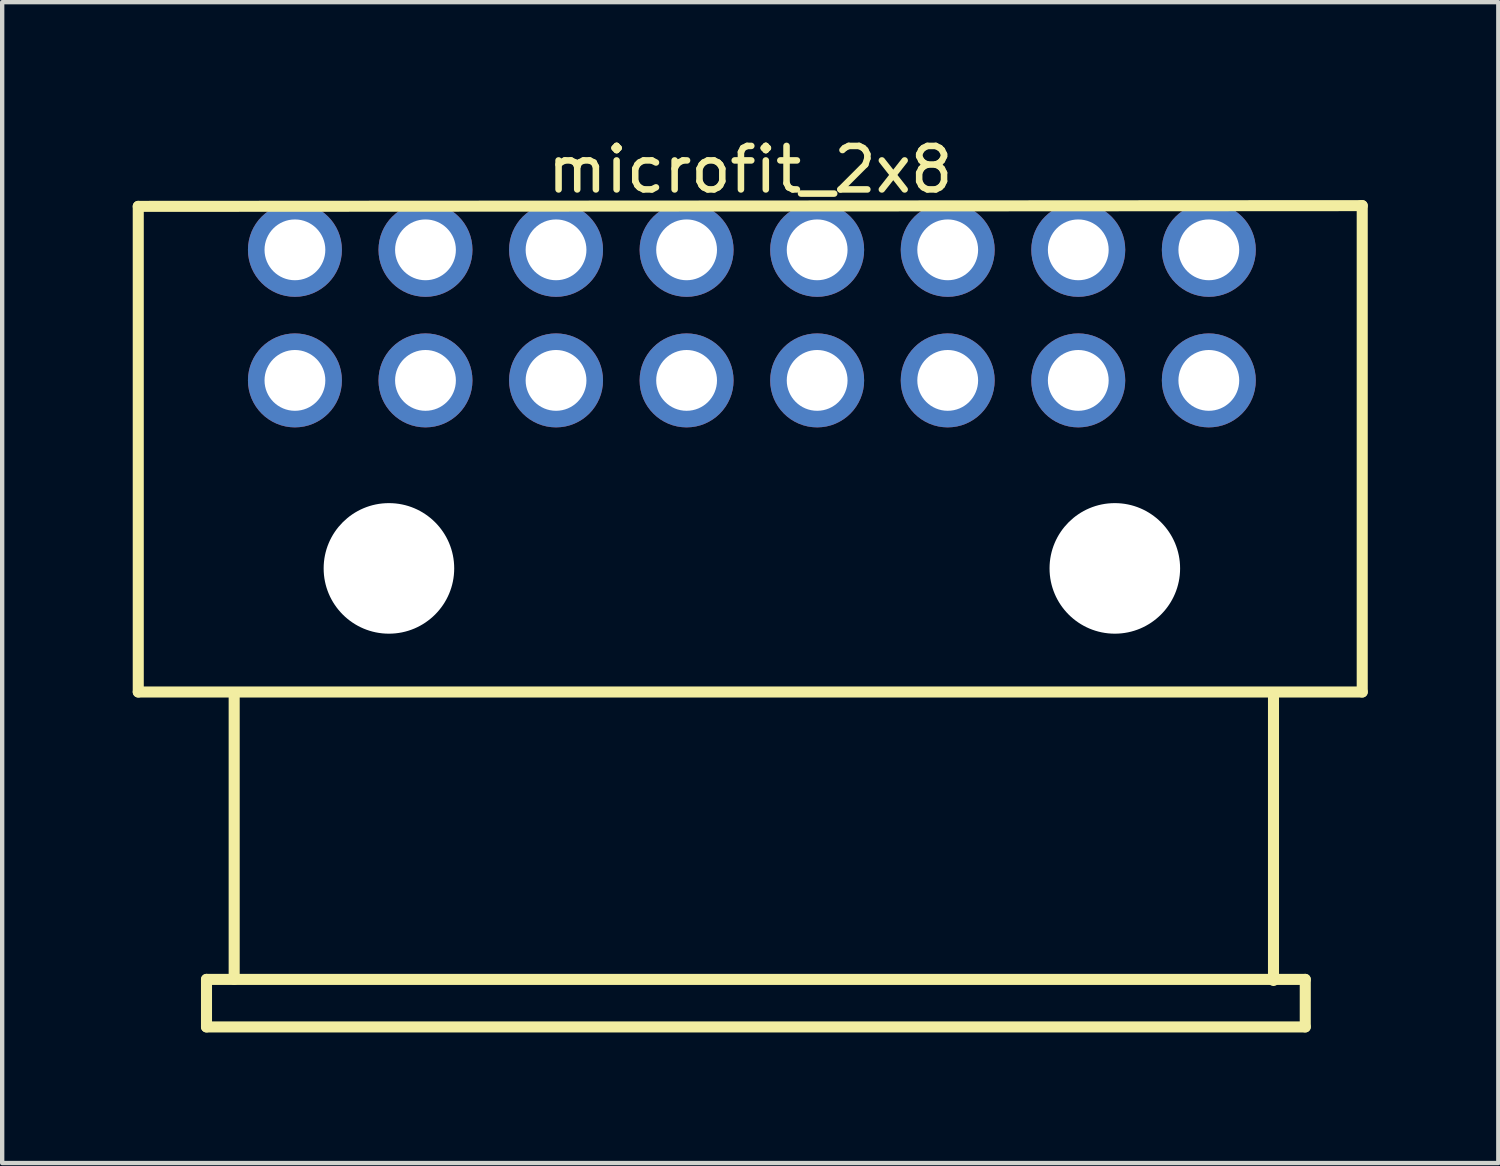
<source format=kicad_pcb>
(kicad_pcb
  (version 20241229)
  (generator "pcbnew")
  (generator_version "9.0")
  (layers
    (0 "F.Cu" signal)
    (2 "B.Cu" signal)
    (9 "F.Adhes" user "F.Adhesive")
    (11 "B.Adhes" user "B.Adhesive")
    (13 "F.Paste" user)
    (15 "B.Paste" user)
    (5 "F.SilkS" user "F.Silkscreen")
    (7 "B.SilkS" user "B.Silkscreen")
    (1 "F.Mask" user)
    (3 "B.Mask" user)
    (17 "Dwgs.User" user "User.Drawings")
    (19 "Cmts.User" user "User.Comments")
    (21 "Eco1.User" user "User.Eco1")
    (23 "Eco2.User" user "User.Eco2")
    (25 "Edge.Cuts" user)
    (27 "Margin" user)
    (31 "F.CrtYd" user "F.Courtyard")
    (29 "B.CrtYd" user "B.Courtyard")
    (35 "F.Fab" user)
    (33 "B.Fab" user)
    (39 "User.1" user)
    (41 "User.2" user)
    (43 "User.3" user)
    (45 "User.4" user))
  (footprint "microfit_2x8"
    (layer "F.Cu")
    (at 3.727 2.691)
    (property "Reference" "microfit_2x8" (at 10.463 -1.843 0) (layer "F.SilkS") (effects (font (size 1 1) (thickness 0.15))))
    (fp_line (start -3.6 -0.999) (end 24.525 -1.016) (stroke (width 0.254) (type solid)) (layer "F.SilkS"))
    (fp_line (start -3.6 10.16) (end -3.6 -0.999) (stroke (width 0.254) (type solid)) (layer "F.SilkS"))
    (fp_line (start -3.6 10.16) (end 24.525 10.16) (stroke (width 0.254) (type solid)) (layer "F.SilkS"))
    (fp_line (start -2.032 16.764) (end 23.216 16.764) (stroke (width 0.254) (type solid)) (layer "F.SilkS"))
    (fp_line (start -2.032 17.856) (end -2.032 16.764) (stroke (width 0.254) (type solid)) (layer "F.SilkS"))
    (fp_line (start -2.032 17.856) (end 23.216 17.856) (stroke (width 0.254) (type solid)) (layer "F.SilkS"))
    (fp_line (start -1.396 16.764) (end -1.396 10.287) (stroke (width 0.254) (type solid)) (layer "F.SilkS"))
    (fp_line (start 22.486 16.789) (end 22.486 10.185) (stroke (width 0.254) (type solid)) (layer "F.SilkS"))
    (fp_line (start 23.216 17.856) (end 23.216 16.764) (stroke (width 0.254) (type solid)) (layer "F.SilkS"))
    (fp_line (start 24.525 10.16) (end 24.525 -1.016) (stroke (width 0.254) (type solid)) (layer "F.SilkS"))
    (pad "" np_thru_hole circle (at 2.16 7.32) (size 3 3) (drill 3) (layers "*.Cu" "*.Mask"))
    (pad "" np_thru_hole circle (at 18.84 7.32) (size 3 3) (drill 3) (layers "*.Cu" "*.Mask"))
    (pad "1" thru_hole circle (at 0 0) (size 2.159 2.159) (drill 1.397) (layers "*.Cu" "*.Mask"))
    (pad "2" thru_hole circle (at 0 3) (size 2.159 2.159) (drill 1.397) (layers "*.Cu" "*.Mask"))
    (pad "3" thru_hole circle (at 3 0) (size 2.159 2.159) (drill 1.397) (layers "*.Cu" "*.Mask"))
    (pad "4" thru_hole circle (at 3 3) (size 2.159 2.159) (drill 1.397) (layers "*.Cu" "*.Mask"))
    (pad "5" thru_hole circle (at 6 0) (size 2.159 2.159) (drill 1.397) (layers "*.Cu" "*.Mask"))
    (pad "6" thru_hole circle (at 6 3) (size 2.159 2.159) (drill 1.397) (layers "*.Cu" "*.Mask"))
    (pad "7" thru_hole circle (at 9 0) (size 2.159 2.159) (drill 1.397) (layers "*.Cu" "*.Mask"))
    (pad "8" thru_hole circle (at 9 3) (size 2.159 2.159) (drill 1.397) (layers "*.Cu" "*.Mask"))
    (pad "9" thru_hole circle (at 12 0) (size 2.159 2.159) (drill 1.397) (layers "*.Cu" "*.Mask"))
    (pad "10" thru_hole circle (at 12 3) (size 2.159 2.159) (drill 1.397) (layers "*.Cu" "*.Mask"))
    (pad "11" thru_hole circle (at 15 0) (size 2.159 2.159) (drill 1.397) (layers "*.Cu" "*.Mask"))
    (pad "12" thru_hole circle (at 15 3) (size 2.159 2.159) (drill 1.397) (layers "*.Cu" "*.Mask"))
    (pad "13" thru_hole circle (at 18 0) (size 2.159 2.159) (drill 1.397) (layers "*.Cu" "*.Mask"))
    (pad "14" thru_hole circle (at 18 3) (size 2.159 2.159) (drill 1.397) (layers "*.Cu" "*.Mask"))
    (pad "15" thru_hole circle (at 21 0) (size 2.159 2.159) (drill 1.397) (layers "*.Cu" "*.Mask"))
    (pad "16" thru_hole circle (at 21 3) (size 2.159 2.159) (drill 1.397) (layers "*.Cu" "*.Mask")))
  (gr_rect
    (start -3 -3)
    (end 31.379 23.675)
    (stroke (width 0.1) (type default))
    (fill no)
    (layer "Edge.Cuts")))
</source>
